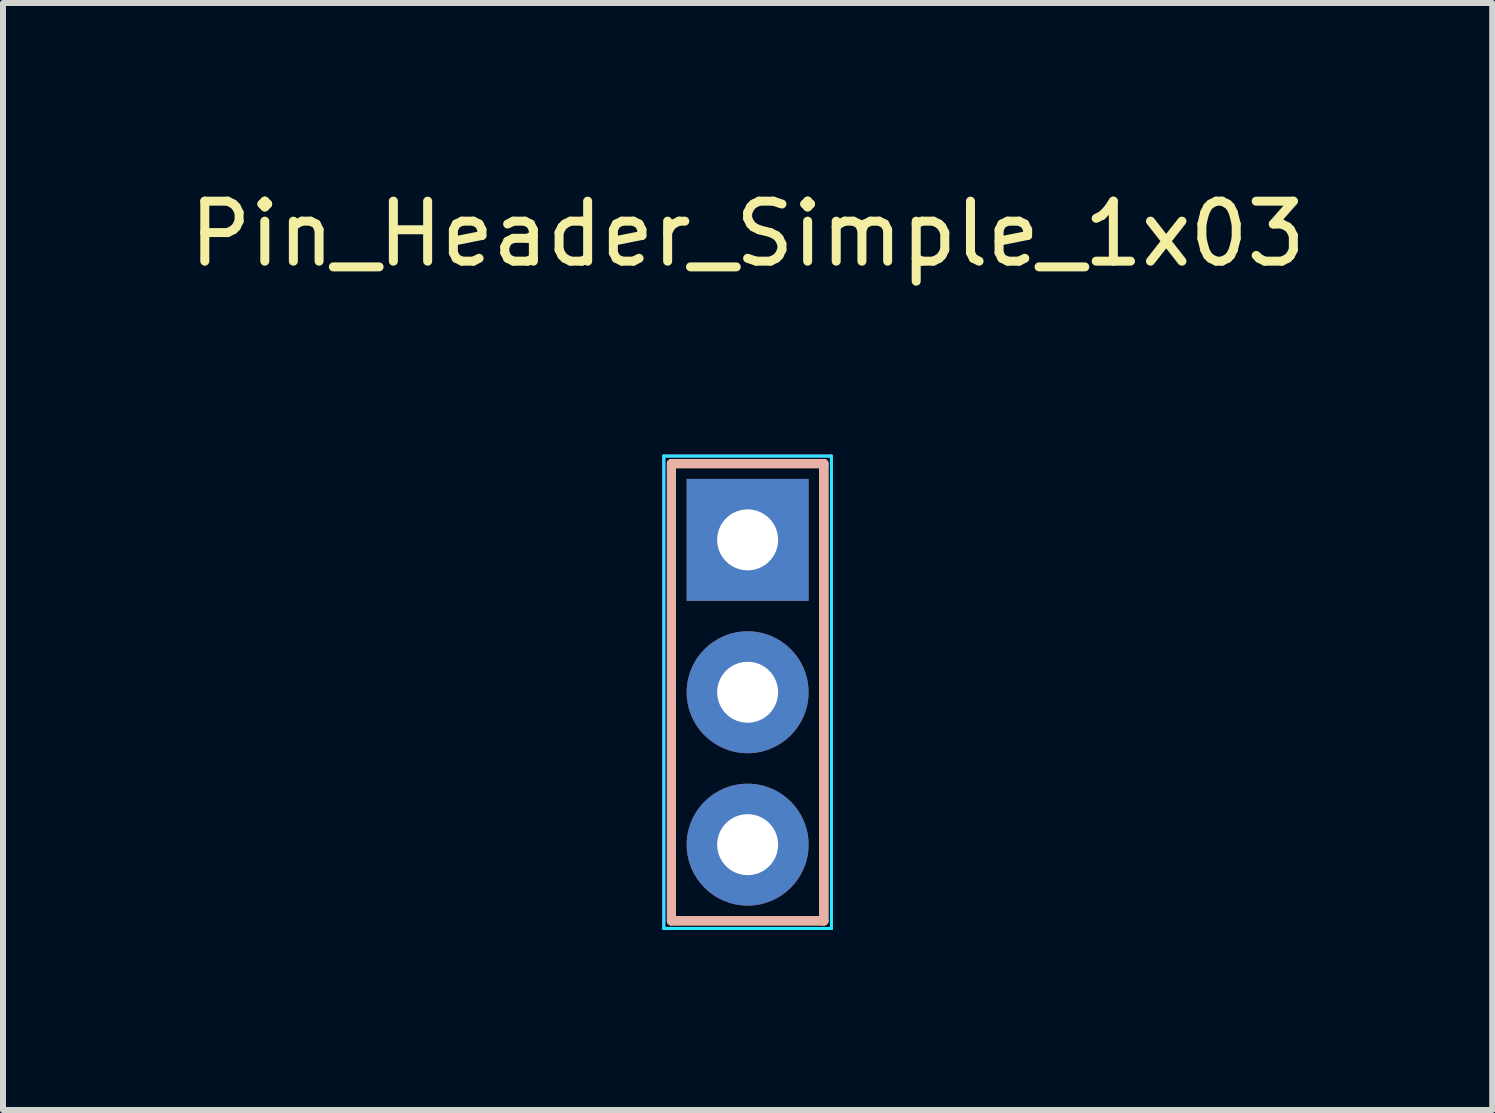
<source format=kicad_pcb>
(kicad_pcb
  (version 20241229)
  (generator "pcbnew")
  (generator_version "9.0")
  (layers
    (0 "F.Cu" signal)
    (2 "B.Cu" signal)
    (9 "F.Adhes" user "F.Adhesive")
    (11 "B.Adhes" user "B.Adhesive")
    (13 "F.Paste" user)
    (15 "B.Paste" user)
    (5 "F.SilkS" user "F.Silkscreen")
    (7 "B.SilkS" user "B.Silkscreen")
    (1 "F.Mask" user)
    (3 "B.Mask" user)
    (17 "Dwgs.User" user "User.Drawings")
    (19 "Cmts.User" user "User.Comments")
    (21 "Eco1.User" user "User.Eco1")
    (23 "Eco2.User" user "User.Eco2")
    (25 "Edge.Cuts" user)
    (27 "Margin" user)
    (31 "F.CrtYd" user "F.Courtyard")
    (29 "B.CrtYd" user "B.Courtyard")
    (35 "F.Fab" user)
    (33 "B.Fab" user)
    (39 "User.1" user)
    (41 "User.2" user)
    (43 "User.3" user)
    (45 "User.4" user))
  (footprint "Pin_Header_Simple_1x03"
    (layer "F.Cu")
    (at 9.411 5.948)
    (property "Reference" "Pin_Header_Simple_1x03" (at 0 -5.1 0) (layer "F.SilkS") (effects (font (size 1 1) (thickness 0.15))))
    (attr through_hole)
    (fp_line (start -1.27 -1.27) (end -1.27 6.35) (stroke (width 0.152) (type solid)) (layer "F.SilkS"))
    (fp_line (start -1.27 6.35) (end 1.27 6.35) (stroke (width 0.152) (type solid)) (layer "F.SilkS"))
    (fp_line (start 1.27 -1.27) (end -1.27 -1.27) (stroke (width 0.152) (type solid)) (layer "F.SilkS"))
    (fp_line (start 1.27 -1.27) (end 1.27 6.35) (stroke (width 0.152) (type solid)) (layer "F.SilkS"))
    (fp_line (start -1.27 -1.27) (end -1.27 6.35) (stroke (width 0.152) (type solid)) (layer "B.SilkS"))
    (fp_line (start -1.27 6.35) (end 1.27 6.35) (stroke (width 0.152) (type solid)) (layer "B.SilkS"))
    (fp_line (start 1.27 -1.27) (end -1.27 -1.27) (stroke (width 0.152) (type solid)) (layer "B.SilkS"))
    (fp_line (start 1.27 -1.27) (end 1.27 6.35) (stroke (width 0.152) (type solid)) (layer "B.SilkS"))
    (fp_line (start -1.397 -1.397) (end 1.397 -1.397) (stroke (width 0.051) (type solid)) (layer "B.CrtYd"))
    (fp_line (start -1.397 6.477) (end -1.397 -1.397) (stroke (width 0.051) (type solid)) (layer "B.CrtYd"))
    (fp_line (start 1.397 -1.397) (end 1.397 6.477) (stroke (width 0.051) (type solid)) (layer "B.CrtYd"))
    (fp_line (start 1.397 6.477) (end -1.397 6.477) (stroke (width 0.051) (type solid)) (layer "B.CrtYd"))
    (fp_line (start -1.397 -1.397) (end 1.397 -1.397) (stroke (width 0.051) (type solid)) (layer "F.CrtYd"))
    (fp_line (start -1.397 6.477) (end -1.397 -1.397) (stroke (width 0.051) (type solid)) (layer "F.CrtYd"))
    (fp_line (start 1.397 -1.397) (end 1.397 6.477) (stroke (width 0.051) (type solid)) (layer "F.CrtYd"))
    (fp_line (start 1.397 6.477) (end -1.397 6.477) (stroke (width 0.051) (type solid)) (layer "F.CrtYd"))
    (pad "1" thru_hole rect (at 0 0) (size 2.032 2.032) (drill 1.016) (layers "*.Cu" "*.Mask"))
    (pad "2" thru_hole oval (at 0 2.54) (size 2.032 2.032) (drill 1.016) (layers "*.Cu" "*.Mask"))
    (pad "3" thru_hole oval (at 0 5.08) (size 2.032 2.032) (drill 1.016) (layers "*.Cu" "*.Mask")))
  (gr_rect
    (start -3 -3)
    (end 21.821 15.451)
    (stroke (width 0.1) (type default))
    (fill no)
    (layer "Edge.Cuts")))
</source>
